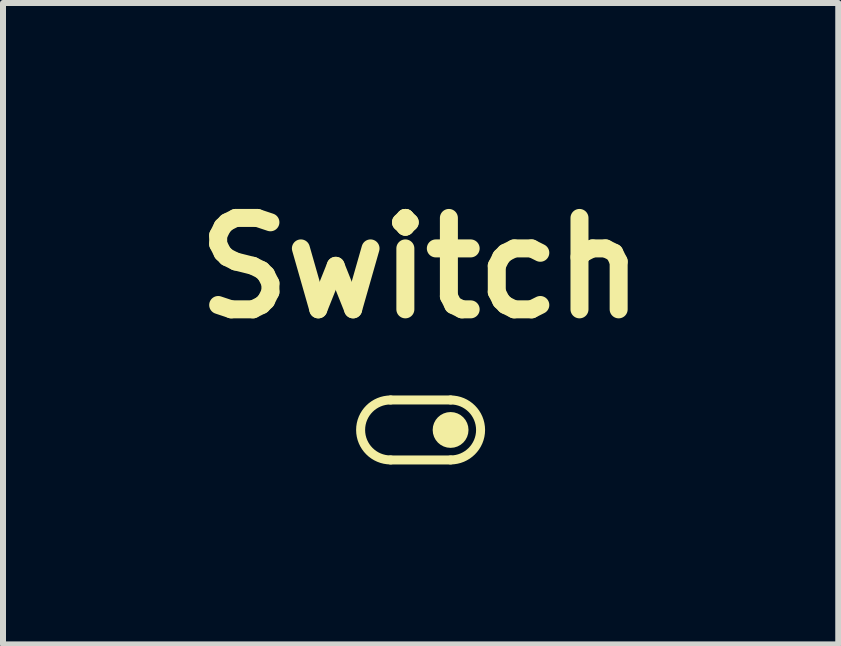
<source format=kicad_pcb>
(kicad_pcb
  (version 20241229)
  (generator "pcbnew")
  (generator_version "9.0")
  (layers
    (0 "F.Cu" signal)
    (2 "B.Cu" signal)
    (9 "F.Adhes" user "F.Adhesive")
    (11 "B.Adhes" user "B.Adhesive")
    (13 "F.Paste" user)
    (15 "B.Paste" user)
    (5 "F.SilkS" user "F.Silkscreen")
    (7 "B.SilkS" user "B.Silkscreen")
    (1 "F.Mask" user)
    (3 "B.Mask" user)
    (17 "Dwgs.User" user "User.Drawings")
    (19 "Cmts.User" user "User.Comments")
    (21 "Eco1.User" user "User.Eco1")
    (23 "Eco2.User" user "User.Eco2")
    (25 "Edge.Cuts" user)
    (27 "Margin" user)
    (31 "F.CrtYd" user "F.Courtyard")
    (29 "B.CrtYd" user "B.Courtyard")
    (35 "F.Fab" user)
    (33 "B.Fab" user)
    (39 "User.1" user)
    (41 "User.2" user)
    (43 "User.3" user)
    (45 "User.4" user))
  (footprint "Switch"
    (layer "F.Cu")
    (at 3.962 4.118)
    (property "Reference" "Switch" (at 0 -2.7 0) (layer "F.SilkS") (effects (font (size 1.524 1.524) (thickness 0.3))))
    (attr through_hole)
    (fp_line (start -0.5 -0.5) (end 0.5 -0.5) (stroke (width 0.15) (type solid)) (layer "F.SilkS"))
    (fp_line (start 0.4 0) (end 0.6 0) (stroke (width 0.15) (type solid)) (layer "F.SilkS"))
    (fp_line (start 0.5 0.5) (end -0.5 0.5) (stroke (width 0.15) (type solid)) (layer "F.SilkS"))
    (fp_arc (start -0.5 0.5) (mid -1 0) (end -0.5 -0.5) (stroke (width 0.15) (type solid)) (layer "F.SilkS"))
    (fp_arc (start 0.5 -0.5) (mid 1 0) (end 0.5 0.5) (stroke (width 0.15) (type solid)) (layer "F.SilkS"))
    (fp_circle (center 0.5 0) (end 0.6 0) (stroke (width 0.15) (type solid)) (fill no) (layer "F.SilkS"))
    (fp_circle (center 0.5 0) (end 0.7 0.1) (stroke (width 0.15) (type solid)) (fill no) (layer "F.SilkS")))
  (gr_rect
    (start -3 -3)
    (end 10.925 7.693)
    (stroke (width 0.1) (type default))
    (fill no)
    (layer "Edge.Cuts")))
</source>
